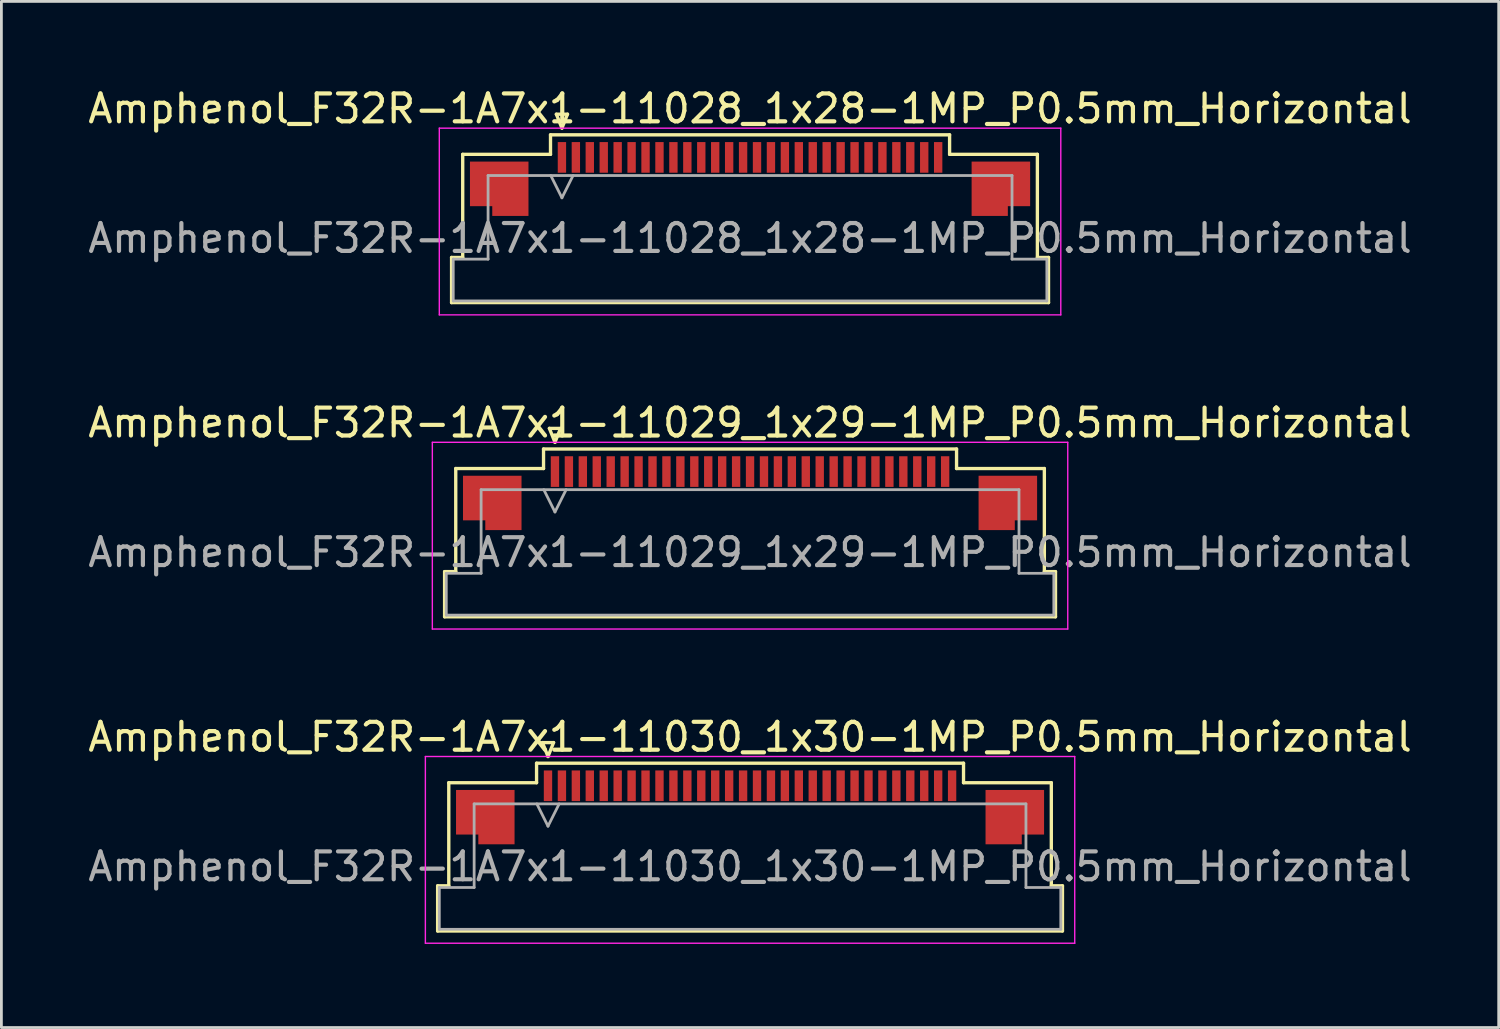
<source format=kicad_pcb>
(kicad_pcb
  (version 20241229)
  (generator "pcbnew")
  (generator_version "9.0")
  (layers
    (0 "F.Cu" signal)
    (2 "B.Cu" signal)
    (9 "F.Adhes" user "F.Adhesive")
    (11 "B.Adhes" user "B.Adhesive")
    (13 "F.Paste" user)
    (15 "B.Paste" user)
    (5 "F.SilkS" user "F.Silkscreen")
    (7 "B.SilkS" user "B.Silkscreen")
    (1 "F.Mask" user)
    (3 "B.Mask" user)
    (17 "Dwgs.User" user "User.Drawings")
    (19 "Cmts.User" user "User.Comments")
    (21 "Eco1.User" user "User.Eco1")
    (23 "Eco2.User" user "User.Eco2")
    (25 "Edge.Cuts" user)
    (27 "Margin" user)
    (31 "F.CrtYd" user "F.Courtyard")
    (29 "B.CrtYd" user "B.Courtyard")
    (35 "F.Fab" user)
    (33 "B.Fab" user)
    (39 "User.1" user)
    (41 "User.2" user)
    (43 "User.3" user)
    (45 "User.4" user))
  (footprint "Amphenol_F32R-1A7x1-11029_1x29-1MP_P0.5mm_Horizontal"
    (layer "F.Cu")
    (at 23.863 16.771)
    (property "Reference" "Amphenol_F32R-1A7x1-11029_1x29-1MP_P0.5mm_Horizontal" (at 0 -4.65 0) (layer "F.SilkS") (effects (font (size 1 1) (thickness 0.15))))
    (attr smd)
    (fp_line (start -10.96 0.69) (end -10.56 0.69) (stroke (width 0.12) (type solid)) (layer "F.SilkS"))
    (fp_line (start -10.96 2.31) (end -10.96 0.69) (stroke (width 0.12) (type solid)) (layer "F.SilkS"))
    (fp_line (start -10.56 -3.01) (end -7.41 -3.01) (stroke (width 0.12) (type solid)) (layer "F.SilkS"))
    (fp_line (start -10.56 0.69) (end -10.56 -3.01) (stroke (width 0.12) (type solid)) (layer "F.SilkS"))
    (fp_line (start -7.41 -3.71) (end 7.41 -3.71) (stroke (width 0.12) (type solid)) (layer "F.SilkS"))
    (fp_line (start -7.41 -3.01) (end -7.41 -3.71) (stroke (width 0.12) (type solid)) (layer "F.SilkS"))
    (fp_line (start -7.2 -4.45) (end -7 -3.95) (stroke (width 0.12) (type solid)) (layer "F.SilkS"))
    (fp_line (start -7 -3.95) (end -6.8 -4.45) (stroke (width 0.12) (type solid)) (layer "F.SilkS"))
    (fp_line (start -6.8 -4.45) (end -7.2 -4.45) (stroke (width 0.12) (type solid)) (layer "F.SilkS"))
    (fp_line (start 7.41 -3.71) (end 7.41 -3.01) (stroke (width 0.12) (type solid)) (layer "F.SilkS"))
    (fp_line (start 7.41 -3.01) (end 10.56 -3.01) (stroke (width 0.12) (type solid)) (layer "F.SilkS"))
    (fp_line (start 10.56 -3.01) (end 10.56 0.69) (stroke (width 0.12) (type solid)) (layer "F.SilkS"))
    (fp_line (start 10.56 0.69) (end 10.96 0.69) (stroke (width 0.12) (type solid)) (layer "F.SilkS"))
    (fp_line (start 10.96 0.69) (end 10.96 2.31) (stroke (width 0.12) (type solid)) (layer "F.SilkS"))
    (fp_line (start 10.96 2.31) (end -10.96 2.31) (stroke (width 0.12) (type solid)) (layer "F.SilkS"))
    (fp_line (start -11.4 -3.95) (end -11.4 2.75) (stroke (width 0.05) (type solid)) (layer "F.CrtYd"))
    (fp_line (start -11.4 2.75) (end 11.4 2.75) (stroke (width 0.05) (type solid)) (layer "F.CrtYd"))
    (fp_line (start 11.4 -3.95) (end -11.4 -3.95) (stroke (width 0.05) (type solid)) (layer "F.CrtYd"))
    (fp_line (start 11.4 2.75) (end 11.4 -3.95) (stroke (width 0.05) (type solid)) (layer "F.CrtYd"))
    (fp_line (start -10.9 0.75) (end -9.65 0.75) (stroke (width 0.1) (type solid)) (layer "F.Fab"))
    (fp_line (start -10.9 2.25) (end -10.9 0.75) (stroke (width 0.1) (type solid)) (layer "F.Fab"))
    (fp_line (start -9.65 -2.25) (end 9.65 -2.25) (stroke (width 0.1) (type solid)) (layer "F.Fab"))
    (fp_line (start -9.65 0.75) (end -9.65 -2.25) (stroke (width 0.1) (type solid)) (layer "F.Fab"))
    (fp_line (start -7.4 -2.25) (end -7 -1.45) (stroke (width 0.1) (type solid)) (layer "F.Fab"))
    (fp_line (start -7 -1.45) (end -6.6 -2.25) (stroke (width 0.1) (type solid)) (layer "F.Fab"))
    (fp_line (start 9.65 -2.25) (end 9.65 0.75) (stroke (width 0.1) (type solid)) (layer "F.Fab"))
    (fp_line (start 9.65 0.75) (end 10.9 0.75) (stroke (width 0.1) (type solid)) (layer "F.Fab"))
    (fp_line (start 10.9 0.75) (end 10.9 2.25) (stroke (width 0.1) (type solid)) (layer "F.Fab"))
    (fp_line (start 10.9 2.25) (end -10.9 2.25) (stroke (width 0.1) (type solid)) (layer "F.Fab"))
    (fp_text user "${REFERENCE}" (at 0 0 0) (layer "F.Fab") (effects (font (size 1 1) (thickness 0.15))))
    (pad "1" smd rect (at -7 -2.9) (size 0.3 1.1) (layers "F.Cu" "F.Mask" "F.Paste"))
    (pad "2" smd rect (at -6.5 -2.9) (size 0.3 1.1) (layers "F.Cu" "F.Mask" "F.Paste"))
    (pad "3" smd rect (at -6 -2.9) (size 0.3 1.1) (layers "F.Cu" "F.Mask" "F.Paste"))
    (pad "4" smd rect (at -5.5 -2.9) (size 0.3 1.1) (layers "F.Cu" "F.Mask" "F.Paste"))
    (pad "5" smd rect (at -5 -2.9) (size 0.3 1.1) (layers "F.Cu" "F.Mask" "F.Paste"))
    (pad "6" smd rect (at -4.5 -2.9) (size 0.3 1.1) (layers "F.Cu" "F.Mask" "F.Paste"))
    (pad "7" smd rect (at -4 -2.9) (size 0.3 1.1) (layers "F.Cu" "F.Mask" "F.Paste"))
    (pad "8" smd rect (at -3.5 -2.9) (size 0.3 1.1) (layers "F.Cu" "F.Mask" "F.Paste"))
    (pad "9" smd rect (at -3 -2.9) (size 0.3 1.1) (layers "F.Cu" "F.Mask" "F.Paste"))
    (pad "10" smd rect (at -2.5 -2.9) (size 0.3 1.1) (layers "F.Cu" "F.Mask" "F.Paste"))
    (pad "11" smd rect (at -2 -2.9) (size 0.3 1.1) (layers "F.Cu" "F.Mask" "F.Paste"))
    (pad "12" smd rect (at -1.5 -2.9) (size 0.3 1.1) (layers "F.Cu" "F.Mask" "F.Paste"))
    (pad "13" smd rect (at -1 -2.9) (size 0.3 1.1) (layers "F.Cu" "F.Mask" "F.Paste"))
    (pad "14" smd rect (at -0.5 -2.9) (size 0.3 1.1) (layers "F.Cu" "F.Mask" "F.Paste"))
    (pad "15" smd rect (at 0 -2.9) (size 0.3 1.1) (layers "F.Cu" "F.Mask" "F.Paste"))
    (pad "16" smd rect (at 0.5 -2.9) (size 0.3 1.1) (layers "F.Cu" "F.Mask" "F.Paste"))
    (pad "17" smd rect (at 1 -2.9) (size 0.3 1.1) (layers "F.Cu" "F.Mask" "F.Paste"))
    (pad "18" smd rect (at 1.5 -2.9) (size 0.3 1.1) (layers "F.Cu" "F.Mask" "F.Paste"))
    (pad "19" smd rect (at 2 -2.9) (size 0.3 1.1) (layers "F.Cu" "F.Mask" "F.Paste"))
    (pad "20" smd rect (at 2.5 -2.9) (size 0.3 1.1) (layers "F.Cu" "F.Mask" "F.Paste"))
    (pad "21" smd rect (at 3 -2.9) (size 0.3 1.1) (layers "F.Cu" "F.Mask" "F.Paste"))
    (pad "22" smd rect (at 3.5 -2.9) (size 0.3 1.1) (layers "F.Cu" "F.Mask" "F.Paste"))
    (pad "23" smd rect (at 4 -2.9) (size 0.3 1.1) (layers "F.Cu" "F.Mask" "F.Paste"))
    (pad "24" smd rect (at 4.5 -2.9) (size 0.3 1.1) (layers "F.Cu" "F.Mask" "F.Paste"))
    (pad "25" smd rect (at 5 -2.9) (size 0.3 1.1) (layers "F.Cu" "F.Mask" "F.Paste"))
    (pad "26" smd rect (at 5.5 -2.9) (size 0.3 1.1) (layers "F.Cu" "F.Mask" "F.Paste"))
    (pad "27" smd rect (at 6 -2.9) (size 0.3 1.1) (layers "F.Cu" "F.Mask" "F.Paste"))
    (pad "28" smd rect (at 6.5 -2.9) (size 0.3 1.1) (layers "F.Cu" "F.Mask" "F.Paste"))
    (pad "29" smd rect (at 7 -2.9) (size 0.3 1.1) (layers "F.Cu" "F.Mask" "F.Paste"))
    (pad "MP" smd custom (at -9.25 -1.775) (size 1 1) (layers "F.Cu" "F.Mask" "F.Paste") (options (anchor circle)) (primitives (gr_poly (pts (xy 1.05 -0.975) (xy 1.05 0.975) (xy -0.25 0.975) (xy -0.25 0.625) (xy -1.05 0.625) (xy -1.05 -0.975) (xy 1.05 -0.975)) (width 0) (fill yes))))
    (pad "MP" smd custom (at 9.25 -1.775) (size 1 1) (layers "F.Cu" "F.Mask" "F.Paste") (options (anchor circle)) (primitives (gr_poly (pts (xy -1.05 -0.975) (xy -1.05 0.975) (xy 0.25 0.975) (xy 0.25 0.625) (xy 1.05 0.625) (xy 1.05 -0.975) (xy -1.05 -0.975)) (width 0) (fill yes)))))
  (footprint "Amphenol_F32R-1A7x1-11030_1x30-1MP_P0.5mm_Horizontal"
    (layer "F.Cu")
    (at 23.863 28.045)
    (property "Reference" "Amphenol_F32R-1A7x1-11030_1x30-1MP_P0.5mm_Horizontal" (at 0 -4.65 0) (layer "F.SilkS") (effects (font (size 1 1) (thickness 0.15))))
    (attr smd)
    (fp_line (start -11.21 0.69) (end -10.81 0.69) (stroke (width 0.12) (type solid)) (layer "F.SilkS"))
    (fp_line (start -11.21 2.31) (end -11.21 0.69) (stroke (width 0.12) (type solid)) (layer "F.SilkS"))
    (fp_line (start -10.81 -3.01) (end -7.66 -3.01) (stroke (width 0.12) (type solid)) (layer "F.SilkS"))
    (fp_line (start -10.81 0.69) (end -10.81 -3.01) (stroke (width 0.12) (type solid)) (layer "F.SilkS"))
    (fp_line (start -7.66 -3.71) (end 7.66 -3.71) (stroke (width 0.12) (type solid)) (layer "F.SilkS"))
    (fp_line (start -7.66 -3.01) (end -7.66 -3.71) (stroke (width 0.12) (type solid)) (layer "F.SilkS"))
    (fp_line (start -7.45 -4.45) (end -7.25 -3.95) (stroke (width 0.12) (type solid)) (layer "F.SilkS"))
    (fp_line (start -7.25 -3.95) (end -7.05 -4.45) (stroke (width 0.12) (type solid)) (layer "F.SilkS"))
    (fp_line (start -7.05 -4.45) (end -7.45 -4.45) (stroke (width 0.12) (type solid)) (layer "F.SilkS"))
    (fp_line (start 7.66 -3.71) (end 7.66 -3.01) (stroke (width 0.12) (type solid)) (layer "F.SilkS"))
    (fp_line (start 7.66 -3.01) (end 10.81 -3.01) (stroke (width 0.12) (type solid)) (layer "F.SilkS"))
    (fp_line (start 10.81 -3.01) (end 10.81 0.69) (stroke (width 0.12) (type solid)) (layer "F.SilkS"))
    (fp_line (start 10.81 0.69) (end 11.21 0.69) (stroke (width 0.12) (type solid)) (layer "F.SilkS"))
    (fp_line (start 11.21 0.69) (end 11.21 2.31) (stroke (width 0.12) (type solid)) (layer "F.SilkS"))
    (fp_line (start 11.21 2.31) (end -11.21 2.31) (stroke (width 0.12) (type solid)) (layer "F.SilkS"))
    (fp_line (start -11.65 -3.95) (end -11.65 2.75) (stroke (width 0.05) (type solid)) (layer "F.CrtYd"))
    (fp_line (start -11.65 2.75) (end 11.65 2.75) (stroke (width 0.05) (type solid)) (layer "F.CrtYd"))
    (fp_line (start 11.65 -3.95) (end -11.65 -3.95) (stroke (width 0.05) (type solid)) (layer "F.CrtYd"))
    (fp_line (start 11.65 2.75) (end 11.65 -3.95) (stroke (width 0.05) (type solid)) (layer "F.CrtYd"))
    (fp_line (start -11.15 0.75) (end -9.9 0.75) (stroke (width 0.1) (type solid)) (layer "F.Fab"))
    (fp_line (start -11.15 2.25) (end -11.15 0.75) (stroke (width 0.1) (type solid)) (layer "F.Fab"))
    (fp_line (start -9.9 -2.25) (end 9.9 -2.25) (stroke (width 0.1) (type solid)) (layer "F.Fab"))
    (fp_line (start -9.9 0.75) (end -9.9 -2.25) (stroke (width 0.1) (type solid)) (layer "F.Fab"))
    (fp_line (start -7.65 -2.25) (end -7.25 -1.45) (stroke (width 0.1) (type solid)) (layer "F.Fab"))
    (fp_line (start -7.25 -1.45) (end -6.85 -2.25) (stroke (width 0.1) (type solid)) (layer "F.Fab"))
    (fp_line (start 9.9 -2.25) (end 9.9 0.75) (stroke (width 0.1) (type solid)) (layer "F.Fab"))
    (fp_line (start 9.9 0.75) (end 11.15 0.75) (stroke (width 0.1) (type solid)) (layer "F.Fab"))
    (fp_line (start 11.15 0.75) (end 11.15 2.25) (stroke (width 0.1) (type solid)) (layer "F.Fab"))
    (fp_line (start 11.15 2.25) (end -11.15 2.25) (stroke (width 0.1) (type solid)) (layer "F.Fab"))
    (fp_text user "${REFERENCE}" (at 0 0 0) (layer "F.Fab") (effects (font (size 1 1) (thickness 0.15))))
    (pad "1" smd rect (at -7.25 -2.9) (size 0.3 1.1) (layers "F.Cu" "F.Mask" "F.Paste"))
    (pad "2" smd rect (at -6.75 -2.9) (size 0.3 1.1) (layers "F.Cu" "F.Mask" "F.Paste"))
    (pad "3" smd rect (at -6.25 -2.9) (size 0.3 1.1) (layers "F.Cu" "F.Mask" "F.Paste"))
    (pad "4" smd rect (at -5.75 -2.9) (size 0.3 1.1) (layers "F.Cu" "F.Mask" "F.Paste"))
    (pad "5" smd rect (at -5.25 -2.9) (size 0.3 1.1) (layers "F.Cu" "F.Mask" "F.Paste"))
    (pad "6" smd rect (at -4.75 -2.9) (size 0.3 1.1) (layers "F.Cu" "F.Mask" "F.Paste"))
    (pad "7" smd rect (at -4.25 -2.9) (size 0.3 1.1) (layers "F.Cu" "F.Mask" "F.Paste"))
    (pad "8" smd rect (at -3.75 -2.9) (size 0.3 1.1) (layers "F.Cu" "F.Mask" "F.Paste"))
    (pad "9" smd rect (at -3.25 -2.9) (size 0.3 1.1) (layers "F.Cu" "F.Mask" "F.Paste"))
    (pad "10" smd rect (at -2.75 -2.9) (size 0.3 1.1) (layers "F.Cu" "F.Mask" "F.Paste"))
    (pad "11" smd rect (at -2.25 -2.9) (size 0.3 1.1) (layers "F.Cu" "F.Mask" "F.Paste"))
    (pad "12" smd rect (at -1.75 -2.9) (size 0.3 1.1) (layers "F.Cu" "F.Mask" "F.Paste"))
    (pad "13" smd rect (at -1.25 -2.9) (size 0.3 1.1) (layers "F.Cu" "F.Mask" "F.Paste"))
    (pad "14" smd rect (at -0.75 -2.9) (size 0.3 1.1) (layers "F.Cu" "F.Mask" "F.Paste"))
    (pad "15" smd rect (at -0.25 -2.9) (size 0.3 1.1) (layers "F.Cu" "F.Mask" "F.Paste"))
    (pad "16" smd rect (at 0.25 -2.9) (size 0.3 1.1) (layers "F.Cu" "F.Mask" "F.Paste"))
    (pad "17" smd rect (at 0.75 -2.9) (size 0.3 1.1) (layers "F.Cu" "F.Mask" "F.Paste"))
    (pad "18" smd rect (at 1.25 -2.9) (size 0.3 1.1) (layers "F.Cu" "F.Mask" "F.Paste"))
    (pad "19" smd rect (at 1.75 -2.9) (size 0.3 1.1) (layers "F.Cu" "F.Mask" "F.Paste"))
    (pad "20" smd rect (at 2.25 -2.9) (size 0.3 1.1) (layers "F.Cu" "F.Mask" "F.Paste"))
    (pad "21" smd rect (at 2.75 -2.9) (size 0.3 1.1) (layers "F.Cu" "F.Mask" "F.Paste"))
    (pad "22" smd rect (at 3.25 -2.9) (size 0.3 1.1) (layers "F.Cu" "F.Mask" "F.Paste"))
    (pad "23" smd rect (at 3.75 -2.9) (size 0.3 1.1) (layers "F.Cu" "F.Mask" "F.Paste"))
    (pad "24" smd rect (at 4.25 -2.9) (size 0.3 1.1) (layers "F.Cu" "F.Mask" "F.Paste"))
    (pad "25" smd rect (at 4.75 -2.9) (size 0.3 1.1) (layers "F.Cu" "F.Mask" "F.Paste"))
    (pad "26" smd rect (at 5.25 -2.9) (size 0.3 1.1) (layers "F.Cu" "F.Mask" "F.Paste"))
    (pad "27" smd rect (at 5.75 -2.9) (size 0.3 1.1) (layers "F.Cu" "F.Mask" "F.Paste"))
    (pad "28" smd rect (at 6.25 -2.9) (size 0.3 1.1) (layers "F.Cu" "F.Mask" "F.Paste"))
    (pad "29" smd rect (at 6.75 -2.9) (size 0.3 1.1) (layers "F.Cu" "F.Mask" "F.Paste"))
    (pad "30" smd rect (at 7.25 -2.9) (size 0.3 1.1) (layers "F.Cu" "F.Mask" "F.Paste"))
    (pad "MP" smd custom (at -9.5 -1.775) (size 1 1) (layers "F.Cu" "F.Mask" "F.Paste") (options (anchor circle)) (primitives (gr_poly (pts (xy 1.05 -0.975) (xy 1.05 0.975) (xy -0.25 0.975) (xy -0.25 0.625) (xy -1.05 0.625) (xy -1.05 -0.975) (xy 1.05 -0.975)) (width 0) (fill yes))))
    (pad "MP" smd custom (at 9.5 -1.775) (size 1 1) (layers "F.Cu" "F.Mask" "F.Paste") (options (anchor circle)) (primitives (gr_poly (pts (xy -1.05 -0.975) (xy -1.05 0.975) (xy 0.25 0.975) (xy 0.25 0.625) (xy 1.05 0.625) (xy 1.05 -0.975) (xy -1.05 -0.975)) (width 0) (fill yes)))))
  (footprint "Amphenol_F32R-1A7x1-11028_1x28-1MP_P0.5mm_Horizontal"
    (layer "F.Cu")
    (at 23.863 5.498)
    (property "Reference" "Amphenol_F32R-1A7x1-11028_1x28-1MP_P0.5mm_Horizontal" (at 0 -4.65 0) (layer "F.SilkS") (effects (font (size 1 1) (thickness 0.15))))
    (attr smd)
    (fp_line (start -10.71 0.69) (end -10.31 0.69) (stroke (width 0.12) (type solid)) (layer "F.SilkS"))
    (fp_line (start -10.71 2.31) (end -10.71 0.69) (stroke (width 0.12) (type solid)) (layer "F.SilkS"))
    (fp_line (start -10.31 -3.01) (end -7.16 -3.01) (stroke (width 0.12) (type solid)) (layer "F.SilkS"))
    (fp_line (start -10.31 0.69) (end -10.31 -3.01) (stroke (width 0.12) (type solid)) (layer "F.SilkS"))
    (fp_line (start -7.16 -3.71) (end 7.16 -3.71) (stroke (width 0.12) (type solid)) (layer "F.SilkS"))
    (fp_line (start -7.16 -3.01) (end -7.16 -3.71) (stroke (width 0.12) (type solid)) (layer "F.SilkS"))
    (fp_line (start -6.95 -4.45) (end -6.75 -3.95) (stroke (width 0.12) (type solid)) (layer "F.SilkS"))
    (fp_line (start -6.75 -3.95) (end -6.55 -4.45) (stroke (width 0.12) (type solid)) (layer "F.SilkS"))
    (fp_line (start -6.55 -4.45) (end -6.95 -4.45) (stroke (width 0.12) (type solid)) (layer "F.SilkS"))
    (fp_line (start 7.16 -3.71) (end 7.16 -3.01) (stroke (width 0.12) (type solid)) (layer "F.SilkS"))
    (fp_line (start 7.16 -3.01) (end 10.31 -3.01) (stroke (width 0.12) (type solid)) (layer "F.SilkS"))
    (fp_line (start 10.31 -3.01) (end 10.31 0.69) (stroke (width 0.12) (type solid)) (layer "F.SilkS"))
    (fp_line (start 10.31 0.69) (end 10.71 0.69) (stroke (width 0.12) (type solid)) (layer "F.SilkS"))
    (fp_line (start 10.71 0.69) (end 10.71 2.31) (stroke (width 0.12) (type solid)) (layer "F.SilkS"))
    (fp_line (start 10.71 2.31) (end -10.71 2.31) (stroke (width 0.12) (type solid)) (layer "F.SilkS"))
    (fp_line (start -11.15 -3.95) (end -11.15 2.75) (stroke (width 0.05) (type solid)) (layer "F.CrtYd"))
    (fp_line (start -11.15 2.75) (end 11.15 2.75) (stroke (width 0.05) (type solid)) (layer "F.CrtYd"))
    (fp_line (start 11.15 -3.95) (end -11.15 -3.95) (stroke (width 0.05) (type solid)) (layer "F.CrtYd"))
    (fp_line (start 11.15 2.75) (end 11.15 -3.95) (stroke (width 0.05) (type solid)) (layer "F.CrtYd"))
    (fp_line (start -10.65 0.75) (end -9.4 0.75) (stroke (width 0.1) (type solid)) (layer "F.Fab"))
    (fp_line (start -10.65 2.25) (end -10.65 0.75) (stroke (width 0.1) (type solid)) (layer "F.Fab"))
    (fp_line (start -9.4 -2.25) (end 9.4 -2.25) (stroke (width 0.1) (type solid)) (layer "F.Fab"))
    (fp_line (start -9.4 0.75) (end -9.4 -2.25) (stroke (width 0.1) (type solid)) (layer "F.Fab"))
    (fp_line (start -7.15 -2.25) (end -6.75 -1.45) (stroke (width 0.1) (type solid)) (layer "F.Fab"))
    (fp_line (start -6.75 -1.45) (end -6.35 -2.25) (stroke (width 0.1) (type solid)) (layer "F.Fab"))
    (fp_line (start 9.4 -2.25) (end 9.4 0.75) (stroke (width 0.1) (type solid)) (layer "F.Fab"))
    (fp_line (start 9.4 0.75) (end 10.65 0.75) (stroke (width 0.1) (type solid)) (layer "F.Fab"))
    (fp_line (start 10.65 0.75) (end 10.65 2.25) (stroke (width 0.1) (type solid)) (layer "F.Fab"))
    (fp_line (start 10.65 2.25) (end -10.65 2.25) (stroke (width 0.1) (type solid)) (layer "F.Fab"))
    (fp_text user "${REFERENCE}" (at 0 0 0) (layer "F.Fab") (effects (font (size 1 1) (thickness 0.15))))
    (pad "1" smd rect (at -6.75 -2.9) (size 0.3 1.1) (layers "F.Cu" "F.Mask" "F.Paste"))
    (pad "2" smd rect (at -6.25 -2.9) (size 0.3 1.1) (layers "F.Cu" "F.Mask" "F.Paste"))
    (pad "3" smd rect (at -5.75 -2.9) (size 0.3 1.1) (layers "F.Cu" "F.Mask" "F.Paste"))
    (pad "4" smd rect (at -5.25 -2.9) (size 0.3 1.1) (layers "F.Cu" "F.Mask" "F.Paste"))
    (pad "5" smd rect (at -4.75 -2.9) (size 0.3 1.1) (layers "F.Cu" "F.Mask" "F.Paste"))
    (pad "6" smd rect (at -4.25 -2.9) (size 0.3 1.1) (layers "F.Cu" "F.Mask" "F.Paste"))
    (pad "7" smd rect (at -3.75 -2.9) (size 0.3 1.1) (layers "F.Cu" "F.Mask" "F.Paste"))
    (pad "8" smd rect (at -3.25 -2.9) (size 0.3 1.1) (layers "F.Cu" "F.Mask" "F.Paste"))
    (pad "9" smd rect (at -2.75 -2.9) (size 0.3 1.1) (layers "F.Cu" "F.Mask" "F.Paste"))
    (pad "10" smd rect (at -2.25 -2.9) (size 0.3 1.1) (layers "F.Cu" "F.Mask" "F.Paste"))
    (pad "11" smd rect (at -1.75 -2.9) (size 0.3 1.1) (layers "F.Cu" "F.Mask" "F.Paste"))
    (pad "12" smd rect (at -1.25 -2.9) (size 0.3 1.1) (layers "F.Cu" "F.Mask" "F.Paste"))
    (pad "13" smd rect (at -0.75 -2.9) (size 0.3 1.1) (layers "F.Cu" "F.Mask" "F.Paste"))
    (pad "14" smd rect (at -0.25 -2.9) (size 0.3 1.1) (layers "F.Cu" "F.Mask" "F.Paste"))
    (pad "15" smd rect (at 0.25 -2.9) (size 0.3 1.1) (layers "F.Cu" "F.Mask" "F.Paste"))
    (pad "16" smd rect (at 0.75 -2.9) (size 0.3 1.1) (layers "F.Cu" "F.Mask" "F.Paste"))
    (pad "17" smd rect (at 1.25 -2.9) (size 0.3 1.1) (layers "F.Cu" "F.Mask" "F.Paste"))
    (pad "18" smd rect (at 1.75 -2.9) (size 0.3 1.1) (layers "F.Cu" "F.Mask" "F.Paste"))
    (pad "19" smd rect (at 2.25 -2.9) (size 0.3 1.1) (layers "F.Cu" "F.Mask" "F.Paste"))
    (pad "20" smd rect (at 2.75 -2.9) (size 0.3 1.1) (layers "F.Cu" "F.Mask" "F.Paste"))
    (pad "21" smd rect (at 3.25 -2.9) (size 0.3 1.1) (layers "F.Cu" "F.Mask" "F.Paste"))
    (pad "22" smd rect (at 3.75 -2.9) (size 0.3 1.1) (layers "F.Cu" "F.Mask" "F.Paste"))
    (pad "23" smd rect (at 4.25 -2.9) (size 0.3 1.1) (layers "F.Cu" "F.Mask" "F.Paste"))
    (pad "24" smd rect (at 4.75 -2.9) (size 0.3 1.1) (layers "F.Cu" "F.Mask" "F.Paste"))
    (pad "25" smd rect (at 5.25 -2.9) (size 0.3 1.1) (layers "F.Cu" "F.Mask" "F.Paste"))
    (pad "26" smd rect (at 5.75 -2.9) (size 0.3 1.1) (layers "F.Cu" "F.Mask" "F.Paste"))
    (pad "27" smd rect (at 6.25 -2.9) (size 0.3 1.1) (layers "F.Cu" "F.Mask" "F.Paste"))
    (pad "28" smd rect (at 6.75 -2.9) (size 0.3 1.1) (layers "F.Cu" "F.Mask" "F.Paste"))
    (pad "MP" smd custom (at -9 -1.775) (size 1 1) (layers "F.Cu" "F.Mask" "F.Paste") (options (anchor circle)) (primitives (gr_poly (pts (xy 1.05 -0.975) (xy 1.05 0.975) (xy -0.25 0.975) (xy -0.25 0.625) (xy -1.05 0.625) (xy -1.05 -0.975) (xy 1.05 -0.975)) (width 0) (fill yes))))
    (pad "MP" smd custom (at 9 -1.775) (size 1 1) (layers "F.Cu" "F.Mask" "F.Paste") (options (anchor circle)) (primitives (gr_poly (pts (xy -1.05 -0.975) (xy -1.05 0.975) (xy 0.25 0.975) (xy 0.25 0.625) (xy 1.05 0.625) (xy 1.05 -0.975) (xy -1.05 -0.975)) (width 0) (fill yes)))))
  (gr_rect
    (start -3 -3)
    (end 50.726 33.82)
    (stroke (width 0.1) (type default))
    (fill no)
    (layer "Edge.Cuts")))
</source>
